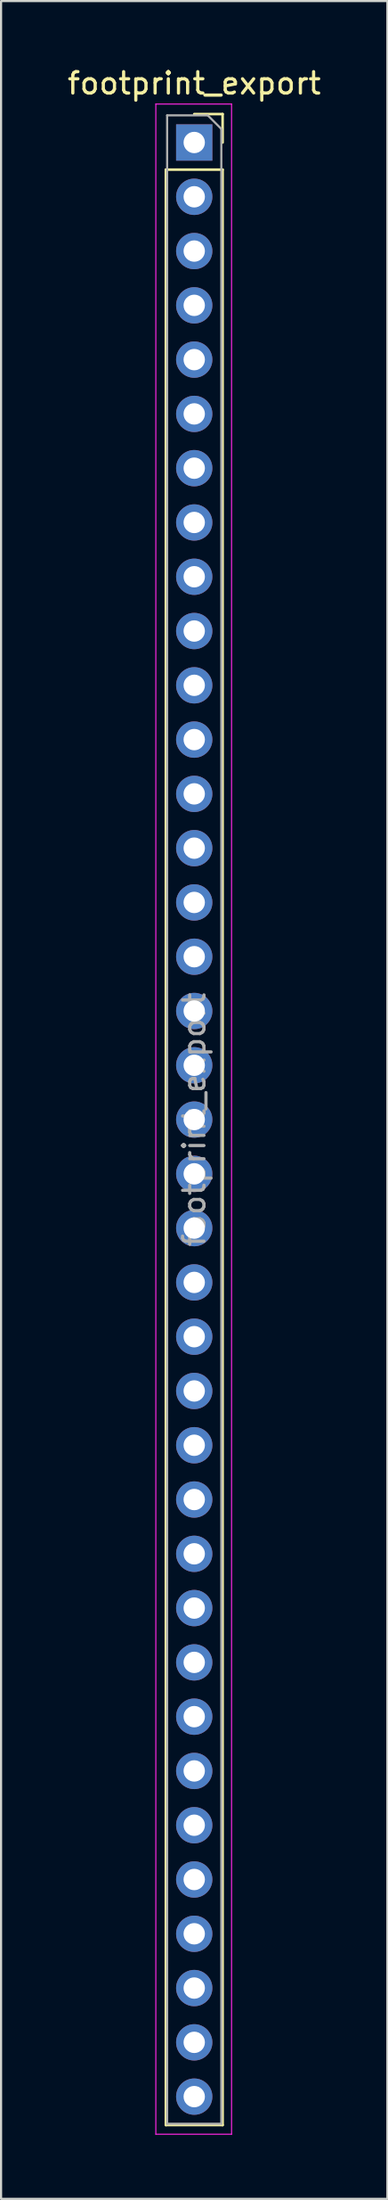
<source format=kicad_pcb>
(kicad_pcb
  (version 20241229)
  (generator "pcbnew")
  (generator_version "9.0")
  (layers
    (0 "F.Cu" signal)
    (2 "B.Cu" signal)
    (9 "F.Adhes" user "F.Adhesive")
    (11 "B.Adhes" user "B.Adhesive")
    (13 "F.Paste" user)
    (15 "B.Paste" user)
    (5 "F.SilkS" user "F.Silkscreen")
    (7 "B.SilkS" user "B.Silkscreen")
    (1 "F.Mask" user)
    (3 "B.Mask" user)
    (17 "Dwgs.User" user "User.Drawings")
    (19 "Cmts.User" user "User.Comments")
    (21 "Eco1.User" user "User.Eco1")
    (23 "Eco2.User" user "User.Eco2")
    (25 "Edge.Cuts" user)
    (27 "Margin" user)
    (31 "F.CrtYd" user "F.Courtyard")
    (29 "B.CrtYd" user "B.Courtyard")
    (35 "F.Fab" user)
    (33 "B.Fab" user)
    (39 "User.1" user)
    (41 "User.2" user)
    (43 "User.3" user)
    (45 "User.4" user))
  (footprint "footprint_export"
    (layer "F.Cu")
    (at 6.054 3.618)
    (property "Reference" "footprint_export" (at 0 -2.77 0) (layer "F.SilkS") (effects (font (size 1 1) (thickness 0.15))))
    (attr through_hole)
    (fp_line (start -1.33 1.27) (end -1.33 92.77) (stroke (width 0.12) (type solid)) (layer "F.SilkS"))
    (fp_line (start -1.33 1.27) (end 1.33 1.27) (stroke (width 0.12) (type solid)) (layer "F.SilkS"))
    (fp_line (start -1.33 92.77) (end 1.33 92.77) (stroke (width 0.12) (type solid)) (layer "F.SilkS"))
    (fp_line (start 0 -1.33) (end 1.33 -1.33) (stroke (width 0.12) (type solid)) (layer "F.SilkS"))
    (fp_line (start 1.33 -1.33) (end 1.33 0) (stroke (width 0.12) (type solid)) (layer "F.SilkS"))
    (fp_line (start 1.33 1.27) (end 1.33 92.77) (stroke (width 0.12) (type solid)) (layer "F.SilkS"))
    (fp_line (start -1.8 -1.8) (end 1.75 -1.8) (stroke (width 0.05) (type solid)) (layer "F.CrtYd"))
    (fp_line (start -1.8 93.2) (end -1.8 -1.8) (stroke (width 0.05) (type solid)) (layer "F.CrtYd"))
    (fp_line (start 1.75 -1.8) (end 1.75 93.2) (stroke (width 0.05) (type solid)) (layer "F.CrtYd"))
    (fp_line (start 1.75 93.2) (end -1.8 93.2) (stroke (width 0.05) (type solid)) (layer "F.CrtYd"))
    (fp_line (start -1.27 -1.27) (end 0.635 -1.27) (stroke (width 0.1) (type solid)) (layer "F.Fab"))
    (fp_line (start -1.27 92.71) (end -1.27 -1.27) (stroke (width 0.1) (type solid)) (layer "F.Fab"))
    (fp_line (start 0.635 -1.27) (end 1.27 -0.635) (stroke (width 0.1) (type solid)) (layer "F.Fab"))
    (fp_line (start 1.27 -0.635) (end 1.27 92.71) (stroke (width 0.1) (type solid)) (layer "F.Fab"))
    (fp_line (start 1.27 92.71) (end -1.27 92.71) (stroke (width 0.1) (type solid)) (layer "F.Fab"))
    (fp_text user "${REFERENCE}" (at 0 45.72 90) (layer "F.Fab") (effects (font (size 1 1) (thickness 0.15))))
    (pad "1" thru_hole rect (at 0 0) (size 1.7 1.7) (drill 1) (layers "*.Cu" "*.Mask"))
    (pad "2" thru_hole oval (at 0 2.54) (size 1.7 1.7) (drill 1) (layers "*.Cu" "*.Mask"))
    (pad "3" thru_hole oval (at 0 5.08) (size 1.7 1.7) (drill 1) (layers "*.Cu" "*.Mask"))
    (pad "4" thru_hole oval (at 0 7.62) (size 1.7 1.7) (drill 1) (layers "*.Cu" "*.Mask"))
    (pad "5" thru_hole oval (at 0 10.16) (size 1.7 1.7) (drill 1) (layers "*.Cu" "*.Mask"))
    (pad "6" thru_hole oval (at 0 12.7) (size 1.7 1.7) (drill 1) (layers "*.Cu" "*.Mask"))
    (pad "7" thru_hole oval (at 0 15.24) (size 1.7 1.7) (drill 1) (layers "*.Cu" "*.Mask"))
    (pad "8" thru_hole oval (at 0 17.78) (size 1.7 1.7) (drill 1) (layers "*.Cu" "*.Mask"))
    (pad "9" thru_hole oval (at 0 20.32) (size 1.7 1.7) (drill 1) (layers "*.Cu" "*.Mask"))
    (pad "10" thru_hole oval (at 0 22.86) (size 1.7 1.7) (drill 1) (layers "*.Cu" "*.Mask"))
    (pad "11" thru_hole oval (at 0 25.4) (size 1.7 1.7) (drill 1) (layers "*.Cu" "*.Mask"))
    (pad "12" thru_hole oval (at 0 27.94) (size 1.7 1.7) (drill 1) (layers "*.Cu" "*.Mask"))
    (pad "13" thru_hole oval (at 0 30.48) (size 1.7 1.7) (drill 1) (layers "*.Cu" "*.Mask"))
    (pad "14" thru_hole oval (at 0 33.02) (size 1.7 1.7) (drill 1) (layers "*.Cu" "*.Mask"))
    (pad "15" thru_hole oval (at 0 35.56) (size 1.7 1.7) (drill 1) (layers "*.Cu" "*.Mask"))
    (pad "16" thru_hole oval (at 0 38.1) (size 1.7 1.7) (drill 1) (layers "*.Cu" "*.Mask"))
    (pad "17" thru_hole oval (at 0 40.64) (size 1.7 1.7) (drill 1) (layers "*.Cu" "*.Mask"))
    (pad "18" thru_hole oval (at 0 43.18) (size 1.7 1.7) (drill 1) (layers "*.Cu" "*.Mask"))
    (pad "19" thru_hole oval (at 0 45.72) (size 1.7 1.7) (drill 1) (layers "*.Cu" "*.Mask"))
    (pad "20" thru_hole oval (at 0 48.26) (size 1.7 1.7) (drill 1) (layers "*.Cu" "*.Mask"))
    (pad "21" thru_hole oval (at 0 50.8) (size 1.7 1.7) (drill 1) (layers "*.Cu" "*.Mask"))
    (pad "22" thru_hole oval (at 0 53.34) (size 1.7 1.7) (drill 1) (layers "*.Cu" "*.Mask"))
    (pad "23" thru_hole oval (at 0 55.88) (size 1.7 1.7) (drill 1) (layers "*.Cu" "*.Mask"))
    (pad "24" thru_hole oval (at 0 58.42) (size 1.7 1.7) (drill 1) (layers "*.Cu" "*.Mask"))
    (pad "25" thru_hole oval (at 0 60.96) (size 1.7 1.7) (drill 1) (layers "*.Cu" "*.Mask"))
    (pad "26" thru_hole oval (at 0 63.5) (size 1.7 1.7) (drill 1) (layers "*.Cu" "*.Mask"))
    (pad "27" thru_hole oval (at 0 66.04) (size 1.7 1.7) (drill 1) (layers "*.Cu" "*.Mask"))
    (pad "28" thru_hole oval (at 0 68.58) (size 1.7 1.7) (drill 1) (layers "*.Cu" "*.Mask"))
    (pad "29" thru_hole oval (at 0 71.12) (size 1.7 1.7) (drill 1) (layers "*.Cu" "*.Mask"))
    (pad "30" thru_hole oval (at 0 73.66) (size 1.7 1.7) (drill 1) (layers "*.Cu" "*.Mask"))
    (pad "31" thru_hole oval (at 0 76.2) (size 1.7 1.7) (drill 1) (layers "*.Cu" "*.Mask"))
    (pad "32" thru_hole oval (at 0 78.74) (size 1.7 1.7) (drill 1) (layers "*.Cu" "*.Mask"))
    (pad "33" thru_hole oval (at 0 81.28) (size 1.7 1.7) (drill 1) (layers "*.Cu" "*.Mask"))
    (pad "34" thru_hole oval (at 0 83.82) (size 1.7 1.7) (drill 1) (layers "*.Cu" "*.Mask"))
    (pad "35" thru_hole oval (at 0 86.36) (size 1.7 1.7) (drill 1) (layers "*.Cu" "*.Mask"))
    (pad "36" thru_hole oval (at 0 88.9) (size 1.7 1.7) (drill 1) (layers "*.Cu" "*.Mask"))
    (pad "37" thru_hole oval (at 0 91.44) (size 1.7 1.7) (drill 1) (layers "*.Cu" "*.Mask")))
  (gr_rect
    (start -3 -3)
    (end 15.107 99.843)
    (stroke (width 0.1) (type default))
    (fill no)
    (layer "Edge.Cuts")))
</source>
